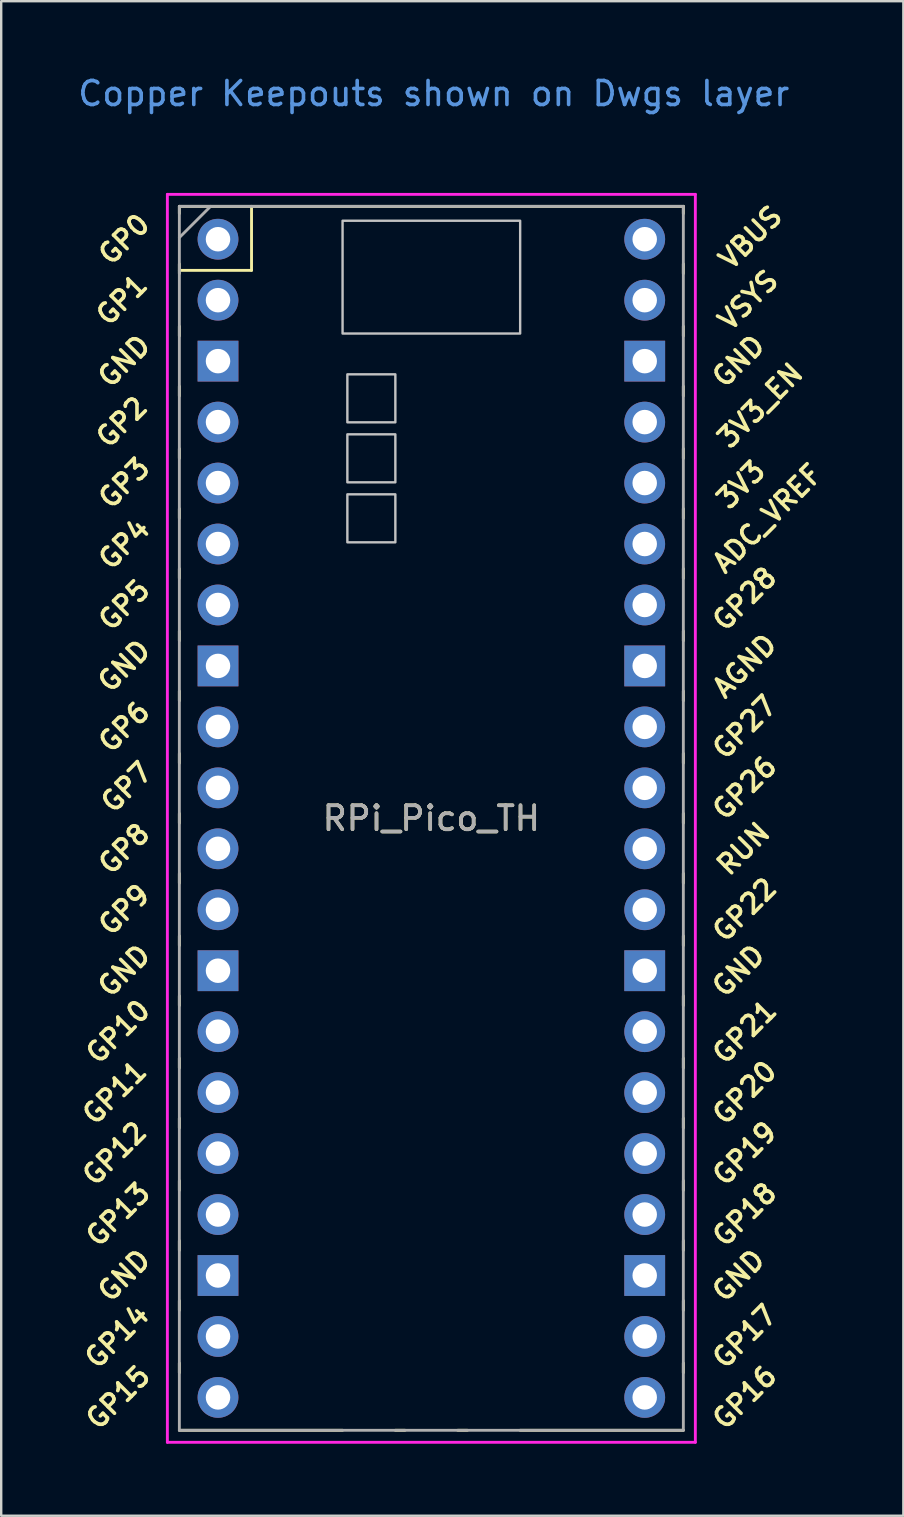
<source format=kicad_pcb>
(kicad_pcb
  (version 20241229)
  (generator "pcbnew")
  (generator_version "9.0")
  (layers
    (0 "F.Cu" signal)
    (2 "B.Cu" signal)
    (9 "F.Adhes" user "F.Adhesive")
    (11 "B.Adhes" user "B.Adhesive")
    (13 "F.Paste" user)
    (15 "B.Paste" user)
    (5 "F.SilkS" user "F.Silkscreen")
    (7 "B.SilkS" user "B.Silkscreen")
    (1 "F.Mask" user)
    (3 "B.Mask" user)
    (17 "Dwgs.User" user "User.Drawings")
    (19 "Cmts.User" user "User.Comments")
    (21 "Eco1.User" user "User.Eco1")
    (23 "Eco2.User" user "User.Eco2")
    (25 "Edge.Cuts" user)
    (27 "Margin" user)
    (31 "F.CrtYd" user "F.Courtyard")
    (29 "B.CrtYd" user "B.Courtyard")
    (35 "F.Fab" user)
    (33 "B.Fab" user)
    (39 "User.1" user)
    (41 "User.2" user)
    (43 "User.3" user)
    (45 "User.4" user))
  (footprint "RPi_Pico_TH"
    (layer "F.Cu")
    (at 14.924 31.048)
    (property "Reference" "RPi_Pico_TH" (at 0 0 0) (layer "F.SilkS") (effects (font (size 1 1) (thickness 0.15))))
    (attr through_hole)
    (fp_line (start -10.5 -25.5) (end -10.5 -25.2) (stroke (width 0.12) (type solid)) (layer "F.SilkS"))
    (fp_line (start -10.5 -25.5) (end 10.5 -25.5) (stroke (width 0.12) (type solid)) (layer "F.SilkS"))
    (fp_line (start -10.5 -23.1) (end -10.5 -22.7) (stroke (width 0.12) (type solid)) (layer "F.SilkS"))
    (fp_line (start -10.5 -22.833) (end -7.493 -22.833) (stroke (width 0.12) (type solid)) (layer "F.SilkS"))
    (fp_line (start -10.5 -20.5) (end -10.5 -20.1) (stroke (width 0.12) (type solid)) (layer "F.SilkS"))
    (fp_line (start -10.5 -18) (end -10.5 -17.6) (stroke (width 0.12) (type solid)) (layer "F.SilkS"))
    (fp_line (start -10.5 -15.4) (end -10.5 -15) (stroke (width 0.12) (type solid)) (layer "F.SilkS"))
    (fp_line (start -10.5 -12.9) (end -10.5 -12.5) (stroke (width 0.12) (type solid)) (layer "F.SilkS"))
    (fp_line (start -10.5 -10.4) (end -10.5 -10) (stroke (width 0.12) (type solid)) (layer "F.SilkS"))
    (fp_line (start -10.5 -7.8) (end -10.5 -7.4) (stroke (width 0.12) (type solid)) (layer "F.SilkS"))
    (fp_line (start -10.5 -5.3) (end -10.5 -4.9) (stroke (width 0.12) (type solid)) (layer "F.SilkS"))
    (fp_line (start -10.5 -2.7) (end -10.5 -2.3) (stroke (width 0.12) (type solid)) (layer "F.SilkS"))
    (fp_line (start -10.5 -0.2) (end -10.5 0.2) (stroke (width 0.12) (type solid)) (layer "F.SilkS"))
    (fp_line (start -10.5 2.3) (end -10.5 2.7) (stroke (width 0.12) (type solid)) (layer "F.SilkS"))
    (fp_line (start -10.5 4.9) (end -10.5 5.3) (stroke (width 0.12) (type solid)) (layer "F.SilkS"))
    (fp_line (start -10.5 7.4) (end -10.5 7.8) (stroke (width 0.12) (type solid)) (layer "F.SilkS"))
    (fp_line (start -10.5 10) (end -10.5 10.4) (stroke (width 0.12) (type solid)) (layer "F.SilkS"))
    (fp_line (start -10.5 12.5) (end -10.5 12.9) (stroke (width 0.12) (type solid)) (layer "F.SilkS"))
    (fp_line (start -10.5 15.1) (end -10.5 15.5) (stroke (width 0.12) (type solid)) (layer "F.SilkS"))
    (fp_line (start -10.5 17.6) (end -10.5 18) (stroke (width 0.12) (type solid)) (layer "F.SilkS"))
    (fp_line (start -10.5 20.1) (end -10.5 20.5) (stroke (width 0.12) (type solid)) (layer "F.SilkS"))
    (fp_line (start -10.5 22.7) (end -10.5 23.1) (stroke (width 0.12) (type solid)) (layer "F.SilkS"))
    (fp_line (start -7.493 -22.833) (end -7.493 -25.5) (stroke (width 0.12) (type solid)) (layer "F.SilkS"))
    (fp_line (start -3.7 25.5) (end -10.5 25.5) (stroke (width 0.12) (type solid)) (layer "F.SilkS"))
    (fp_line (start -1.5 25.5) (end -1.1 25.5) (stroke (width 0.12) (type solid)) (layer "F.SilkS"))
    (fp_line (start 1.1 25.5) (end 1.5 25.5) (stroke (width 0.12) (type solid)) (layer "F.SilkS"))
    (fp_line (start 10.5 -25.5) (end 10.5 -25.2) (stroke (width 0.12) (type solid)) (layer "F.SilkS"))
    (fp_line (start 10.5 -23.1) (end 10.5 -22.7) (stroke (width 0.12) (type solid)) (layer "F.SilkS"))
    (fp_line (start 10.5 -20.5) (end 10.5 -20.1) (stroke (width 0.12) (type solid)) (layer "F.SilkS"))
    (fp_line (start 10.5 -18) (end 10.5 -17.6) (stroke (width 0.12) (type solid)) (layer "F.SilkS"))
    (fp_line (start 10.5 -15.4) (end 10.5 -15) (stroke (width 0.12) (type solid)) (layer "F.SilkS"))
    (fp_line (start 10.5 -12.9) (end 10.5 -12.5) (stroke (width 0.12) (type solid)) (layer "F.SilkS"))
    (fp_line (start 10.5 -10.4) (end 10.5 -10) (stroke (width 0.12) (type solid)) (layer "F.SilkS"))
    (fp_line (start 10.5 -7.8) (end 10.5 -7.4) (stroke (width 0.12) (type solid)) (layer "F.SilkS"))
    (fp_line (start 10.5 -5.3) (end 10.5 -4.9) (stroke (width 0.12) (type solid)) (layer "F.SilkS"))
    (fp_line (start 10.5 -2.7) (end 10.5 -2.3) (stroke (width 0.12) (type solid)) (layer "F.SilkS"))
    (fp_line (start 10.5 -0.2) (end 10.5 0.2) (stroke (width 0.12) (type solid)) (layer "F.SilkS"))
    (fp_line (start 10.5 2.3) (end 10.5 2.7) (stroke (width 0.12) (type solid)) (layer "F.SilkS"))
    (fp_line (start 10.5 4.9) (end 10.5 5.3) (stroke (width 0.12) (type solid)) (layer "F.SilkS"))
    (fp_line (start 10.5 7.4) (end 10.5 7.8) (stroke (width 0.12) (type solid)) (layer "F.SilkS"))
    (fp_line (start 10.5 10) (end 10.5 10.4) (stroke (width 0.12) (type solid)) (layer "F.SilkS"))
    (fp_line (start 10.5 12.5) (end 10.5 12.9) (stroke (width 0.12) (type solid)) (layer "F.SilkS"))
    (fp_line (start 10.5 15.1) (end 10.5 15.5) (stroke (width 0.12) (type solid)) (layer "F.SilkS"))
    (fp_line (start 10.5 17.6) (end 10.5 18) (stroke (width 0.12) (type solid)) (layer "F.SilkS"))
    (fp_line (start 10.5 20.1) (end 10.5 20.5) (stroke (width 0.12) (type solid)) (layer "F.SilkS"))
    (fp_line (start 10.5 22.7) (end 10.5 23.1) (stroke (width 0.12) (type solid)) (layer "F.SilkS"))
    (fp_line (start 10.5 25.5) (end 3.7 25.5) (stroke (width 0.12) (type solid)) (layer "F.SilkS"))
    (fp_poly (pts (xy -1.5 -16.5) (xy -3.5 -16.5) (xy -3.5 -18.5) (xy -1.5 -18.5)) (stroke (width 0.1) (type solid)) (fill no) (layer "Dwgs.User"))
    (fp_poly (pts (xy -1.5 -14) (xy -3.5 -14) (xy -3.5 -16) (xy -1.5 -16)) (stroke (width 0.1) (type solid)) (fill no) (layer "Dwgs.User"))
    (fp_poly (pts (xy -1.5 -11.5) (xy -3.5 -11.5) (xy -3.5 -13.5) (xy -1.5 -13.5)) (stroke (width 0.1) (type solid)) (fill no) (layer "Dwgs.User"))
    (fp_poly (pts (xy 3.7 -20.2) (xy -3.7 -20.2) (xy -3.7 -24.9) (xy 3.7 -24.9)) (stroke (width 0.1) (type solid)) (fill no) (layer "Dwgs.User"))
    (fp_line (start -11 -26) (end 11 -26) (stroke (width 0.12) (type solid)) (layer "F.CrtYd"))
    (fp_line (start -11 26) (end -11 -26) (stroke (width 0.12) (type solid)) (layer "F.CrtYd"))
    (fp_line (start 11 -26) (end 11 26) (stroke (width 0.12) (type solid)) (layer "F.CrtYd"))
    (fp_line (start 11 26) (end -11 26) (stroke (width 0.12) (type solid)) (layer "F.CrtYd"))
    (fp_line (start -10.5 -25.5) (end 10.5 -25.5) (stroke (width 0.12) (type solid)) (layer "F.Fab"))
    (fp_line (start -10.5 -24.2) (end -9.2 -25.5) (stroke (width 0.12) (type solid)) (layer "F.Fab"))
    (fp_line (start -10.5 25.5) (end -10.5 -25.5) (stroke (width 0.12) (type solid)) (layer "F.Fab"))
    (fp_line (start 10.5 -25.5) (end 10.5 25.5) (stroke (width 0.12) (type solid)) (layer "F.Fab"))
    (fp_line (start 10.5 25.5) (end -10.5 25.5) (stroke (width 0.12) (type solid)) (layer "F.Fab"))
    (fp_text user "GND" (at -12.8 -19.05 45) (layer "F.SilkS") (effects (font (size 0.8 0.8) (thickness 0.15))))
    (fp_text user "GP3" (at -12.8 -13.97 45) (layer "F.SilkS") (effects (font (size 0.8 0.8) (thickness 0.15))))
    (fp_text user "GP11" (at -13.2 11.43 45) (layer "F.SilkS") (effects (font (size 0.8 0.8) (thickness 0.15))))
    (fp_text user "VSYS" (at 13.2 -21.59 45) (layer "F.SilkS") (effects (font (size 0.8 0.8) (thickness 0.15))))
    (fp_text user "GP15" (at -13.054 24.13 45) (layer "F.SilkS") (effects (font (size 0.8 0.8) (thickness 0.15))))
    (fp_text user "ADC_VREF" (at 14 -12.5 45) (layer "F.SilkS") (effects (font (size 0.8 0.8) (thickness 0.15))))
    (fp_text user "GP16" (at 13.054 24.13 45) (layer "F.SilkS") (effects (font (size 0.8 0.8) (thickness 0.15))))
    (fp_text user "GP10" (at -13.054 8.89 45) (layer "F.SilkS") (effects (font (size 0.8 0.8) (thickness 0.15))))
    (fp_text user "GP12" (at -13.2 13.97 45) (layer "F.SilkS") (effects (font (size 0.8 0.8) (thickness 0.15))))
    (fp_text user "GND" (at 12.8 6.35 45) (layer "F.SilkS") (effects (font (size 0.8 0.8) (thickness 0.15))))
    (fp_text user "GND" (at -12.8 19.05 45) (layer "F.SilkS") (effects (font (size 0.8 0.8) (thickness 0.15))))
    (fp_text user "GP26" (at 13.054 -1.27 45) (layer "F.SilkS") (effects (font (size 0.8 0.8) (thickness 0.15))))
    (fp_text user "GP22" (at 13.054 3.81 45) (layer "F.SilkS") (effects (font (size 0.8 0.8) (thickness 0.15))))
    (fp_text user "VBUS" (at 13.3 -24.2 45) (layer "F.SilkS") (effects (font (size 0.8 0.8) (thickness 0.15))))
    (fp_text user "GND" (at 12.8 -19.05 45) (layer "F.SilkS") (effects (font (size 0.8 0.8) (thickness 0.15))))
    (fp_text user "GP21" (at 13.054 8.9 45) (layer "F.SilkS") (effects (font (size 0.8 0.8) (thickness 0.15))))
    (fp_text user "GP17" (at 13.054 21.59 45) (layer "F.SilkS") (effects (font (size 0.8 0.8) (thickness 0.15))))
    (fp_text user "GND" (at -12.8 6.35 45) (layer "F.SilkS") (effects (font (size 0.8 0.8) (thickness 0.15))))
    (fp_text user "GP28" (at 13.054 -9.144 45) (layer "F.SilkS") (effects (font (size 0.8 0.8) (thickness 0.15))))
    (fp_text user "GP8" (at -12.8 1.27 45) (layer "F.SilkS") (effects (font (size 0.8 0.8) (thickness 0.15))))
    (fp_text user "GP19" (at 13.054 13.97 45) (layer "F.SilkS") (effects (font (size 0.8 0.8) (thickness 0.15))))
    (fp_text user "GP6" (at -12.8 -3.81 45) (layer "F.SilkS") (effects (font (size 0.8 0.8) (thickness 0.15))))
    (fp_text user "3V3" (at 12.9 -13.9 45) (layer "F.SilkS") (effects (font (size 0.8 0.8) (thickness 0.15))))
    (fp_text user "GP14" (at -13.1 21.59 45) (layer "F.SilkS") (effects (font (size 0.8 0.8) (thickness 0.15))))
    (fp_text user "GP5" (at -12.8 -8.89 45) (layer "F.SilkS") (effects (font (size 0.8 0.8) (thickness 0.15))))
    (fp_text user "GP18" (at 13.054 16.51 45) (layer "F.SilkS") (effects (font (size 0.8 0.8) (thickness 0.15))))
    (fp_text user "GP7" (at -12.7 -1.3 45) (layer "F.SilkS") (effects (font (size 0.8 0.8) (thickness 0.15))))
    (fp_text user "GP20" (at 13.054 11.43 45) (layer "F.SilkS") (effects (font (size 0.8 0.8) (thickness 0.15))))
    (fp_text user "GP1" (at -12.9 -21.6 45) (layer "F.SilkS") (effects (font (size 0.8 0.8) (thickness 0.15))))
    (fp_text user "3V3_EN" (at 13.7 -17.2 45) (layer "F.SilkS") (effects (font (size 0.8 0.8) (thickness 0.15))))
    (fp_text user "GND" (at -12.8 -6.35 45) (layer "F.SilkS") (effects (font (size 0.8 0.8) (thickness 0.15))))
    (fp_text user "GP13" (at -13.054 16.51 45) (layer "F.SilkS") (effects (font (size 0.8 0.8) (thickness 0.15))))
    (fp_text user "AGND" (at 13.054 -6.35 45) (layer "F.SilkS") (effects (font (size 0.8 0.8) (thickness 0.15))))
    (fp_text user "GP27" (at 13.054 -3.8 45) (layer "F.SilkS") (effects (font (size 0.8 0.8) (thickness 0.15))))
    (fp_text user "RUN" (at 13 1.27 45) (layer "F.SilkS") (effects (font (size 0.8 0.8) (thickness 0.15))))
    (fp_text user "GP0" (at -12.8 -24.13 45) (layer "F.SilkS") (effects (font (size 0.8 0.8) (thickness 0.15))))
    (fp_text user "GP9" (at -12.8 3.81 45) (layer "F.SilkS") (effects (font (size 0.8 0.8) (thickness 0.15))))
    (fp_text user "GP4" (at -12.8 -11.43 45) (layer "F.SilkS") (effects (font (size 0.8 0.8) (thickness 0.15))))
    (fp_text user "GND" (at 12.8 19.05 45) (layer "F.SilkS") (effects (font (size 0.8 0.8) (thickness 0.15))))
    (fp_text user "GP2" (at -12.9 -16.51 45) (layer "F.SilkS") (effects (font (size 0.8 0.8) (thickness 0.15))))
    (fp_text user "Copper Keepouts shown on Dwgs layer" (at 0.1 -30.2 0) (layer "Cmts.User") (effects (font (size 1 1) (thickness 0.15))))
    (fp_text user "${REFERENCE}" (at 0 0 180) (layer "F.Fab") (effects (font (size 1 1) (thickness 0.15))))
    (pad "1" thru_hole oval (at -8.89 -24.13) (size 1.7 1.7) (drill 1.02) (layers "*.Cu" "*.Mask"))
    (pad "2" thru_hole oval (at -8.89 -21.59) (size 1.7 1.7) (drill 1.02) (layers "*.Cu" "*.Mask"))
    (pad "3" thru_hole rect (at -8.89 -19.05) (size 1.7 1.7) (drill 1.02) (layers "*.Cu" "*.Mask"))
    (pad "4" thru_hole oval (at -8.89 -16.51) (size 1.7 1.7) (drill 1.02) (layers "*.Cu" "*.Mask"))
    (pad "5" thru_hole oval (at -8.89 -13.97) (size 1.7 1.7) (drill 1.02) (layers "*.Cu" "*.Mask"))
    (pad "6" thru_hole oval (at -8.89 -11.43) (size 1.7 1.7) (drill 1.02) (layers "*.Cu" "*.Mask"))
    (pad "7" thru_hole oval (at -8.89 -8.89) (size 1.7 1.7) (drill 1.02) (layers "*.Cu" "*.Mask"))
    (pad "8" thru_hole rect (at -8.89 -6.35) (size 1.7 1.7) (drill 1.02) (layers "*.Cu" "*.Mask"))
    (pad "9" thru_hole oval (at -8.89 -3.81) (size 1.7 1.7) (drill 1.02) (layers "*.Cu" "*.Mask"))
    (pad "10" thru_hole oval (at -8.89 -1.27) (size 1.7 1.7) (drill 1.02) (layers "*.Cu" "*.Mask"))
    (pad "11" thru_hole oval (at -8.89 1.27) (size 1.7 1.7) (drill 1.02) (layers "*.Cu" "*.Mask"))
    (pad "12" thru_hole oval (at -8.89 3.81) (size 1.7 1.7) (drill 1.02) (layers "*.Cu" "*.Mask"))
    (pad "13" thru_hole rect (at -8.89 6.35) (size 1.7 1.7) (drill 1.02) (layers "*.Cu" "*.Mask"))
    (pad "14" thru_hole oval (at -8.89 8.89) (size 1.7 1.7) (drill 1.02) (layers "*.Cu" "*.Mask"))
    (pad "15" thru_hole oval (at -8.89 11.43) (size 1.7 1.7) (drill 1.02) (layers "*.Cu" "*.Mask"))
    (pad "16" thru_hole oval (at -8.89 13.97) (size 1.7 1.7) (drill 1.02) (layers "*.Cu" "*.Mask"))
    (pad "17" thru_hole oval (at -8.89 16.51) (size 1.7 1.7) (drill 1.02) (layers "*.Cu" "*.Mask"))
    (pad "18" thru_hole rect (at -8.89 19.05) (size 1.7 1.7) (drill 1.02) (layers "*.Cu" "*.Mask"))
    (pad "19" thru_hole oval (at -8.89 21.59) (size 1.7 1.7) (drill 1.02) (layers "*.Cu" "*.Mask"))
    (pad "20" thru_hole oval (at -8.89 24.13) (size 1.7 1.7) (drill 1.02) (layers "*.Cu" "*.Mask"))
    (pad "21" thru_hole oval (at 8.89 24.13) (size 1.7 1.7) (drill 1.02) (layers "*.Cu" "*.Mask"))
    (pad "22" thru_hole oval (at 8.89 21.59) (size 1.7 1.7) (drill 1.02) (layers "*.Cu" "*.Mask"))
    (pad "23" thru_hole rect (at 8.89 19.05) (size 1.7 1.7) (drill 1.02) (layers "*.Cu" "*.Mask"))
    (pad "24" thru_hole oval (at 8.89 16.51) (size 1.7 1.7) (drill 1.02) (layers "*.Cu" "*.Mask"))
    (pad "25" thru_hole oval (at 8.89 13.97) (size 1.7 1.7) (drill 1.02) (layers "*.Cu" "*.Mask"))
    (pad "26" thru_hole oval (at 8.89 11.43) (size 1.7 1.7) (drill 1.02) (layers "*.Cu" "*.Mask"))
    (pad "27" thru_hole oval (at 8.89 8.89) (size 1.7 1.7) (drill 1.02) (layers "*.Cu" "*.Mask"))
    (pad "28" thru_hole rect (at 8.89 6.35) (size 1.7 1.7) (drill 1.02) (layers "*.Cu" "*.Mask"))
    (pad "29" thru_hole oval (at 8.89 3.81) (size 1.7 1.7) (drill 1.02) (layers "*.Cu" "*.Mask"))
    (pad "30" thru_hole oval (at 8.89 1.27) (size 1.7 1.7) (drill 1.02) (layers "*.Cu" "*.Mask"))
    (pad "31" thru_hole oval (at 8.89 -1.27) (size 1.7 1.7) (drill 1.02) (layers "*.Cu" "*.Mask"))
    (pad "32" thru_hole oval (at 8.89 -3.81) (size 1.7 1.7) (drill 1.02) (layers "*.Cu" "*.Mask"))
    (pad "33" thru_hole rect (at 8.89 -6.35) (size 1.7 1.7) (drill 1.02) (layers "*.Cu" "*.Mask"))
    (pad "34" thru_hole oval (at 8.89 -8.89) (size 1.7 1.7) (drill 1.02) (layers "*.Cu" "*.Mask"))
    (pad "35" thru_hole oval (at 8.89 -11.43) (size 1.7 1.7) (drill 1.02) (layers "*.Cu" "*.Mask"))
    (pad "36" thru_hole oval (at 8.89 -13.97) (size 1.7 1.7) (drill 1.02) (layers "*.Cu" "*.Mask"))
    (pad "37" thru_hole oval (at 8.89 -16.51) (size 1.7 1.7) (drill 1.02) (layers "*.Cu" "*.Mask"))
    (pad "38" thru_hole rect (at 8.89 -19.05) (size 1.7 1.7) (drill 1.02) (layers "*.Cu" "*.Mask"))
    (pad "39" thru_hole oval (at 8.89 -21.59) (size 1.7 1.7) (drill 1.02) (layers "*.Cu" "*.Mask"))
    (pad "40" thru_hole oval (at 8.89 -24.13) (size 1.7 1.7) (drill 1.02) (layers "*.Cu" "*.Mask")))
  (gr_rect
    (start -3 -3)
    (end 34.591 60.108)
    (stroke (width 0.1) (type default))
    (fill no)
    (layer "Edge.Cuts")))
</source>
